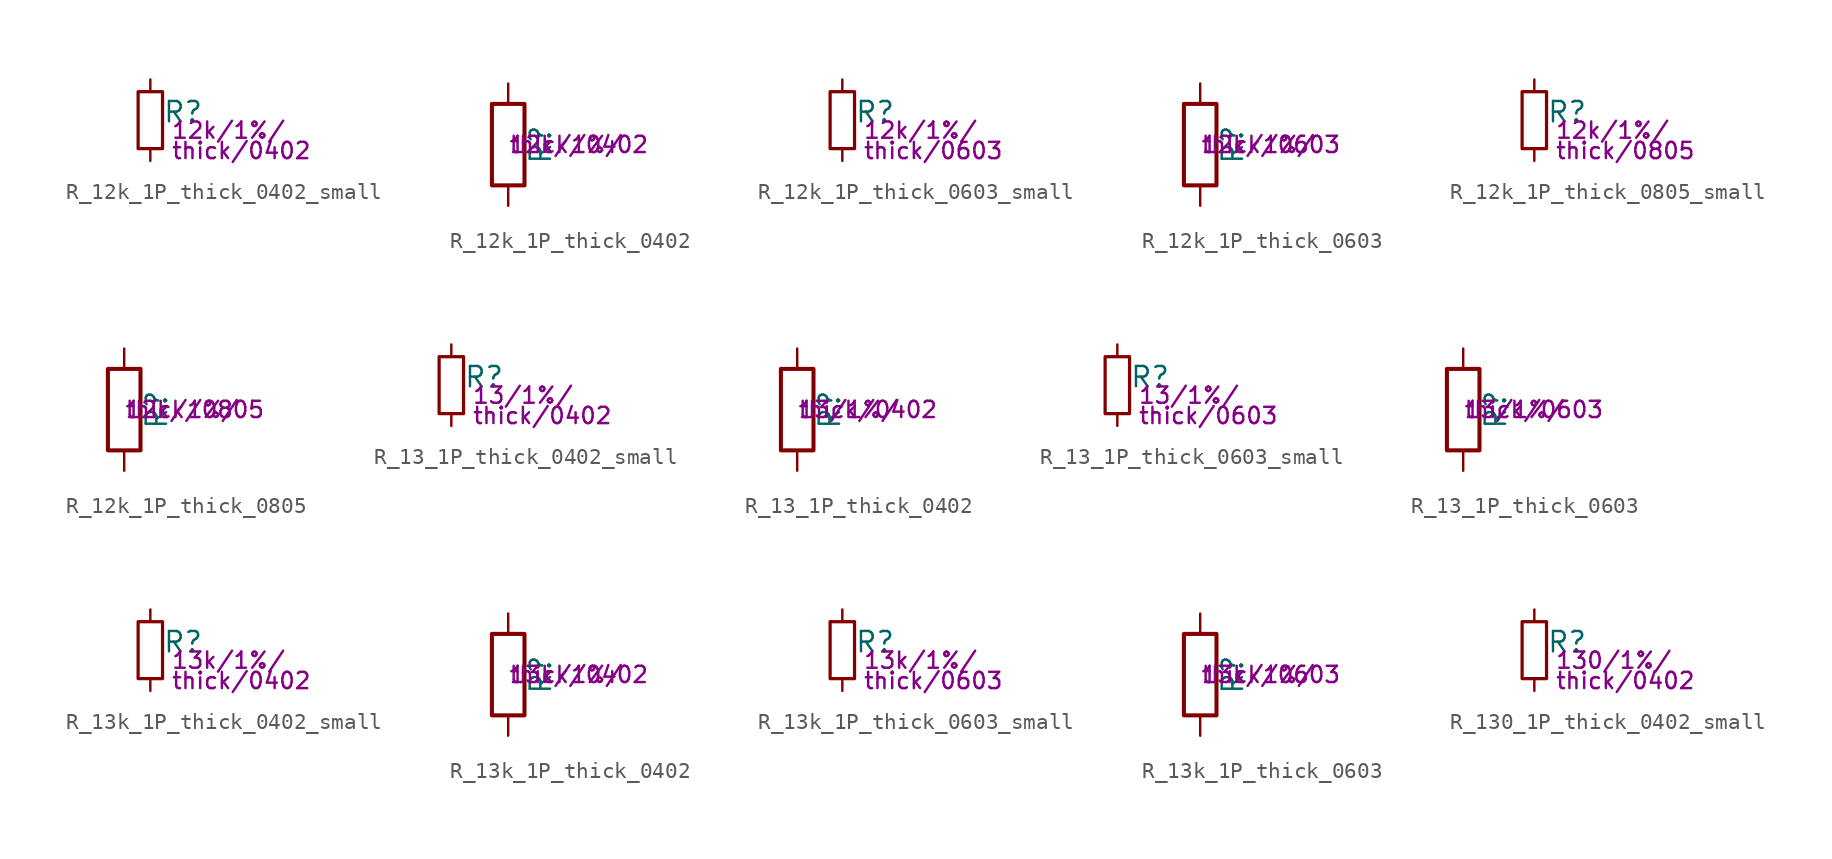
<source format=kicad_sym>
(kicad_symbol_lib
  (version 20211014)
  (generator kicad_symbol_editor)
  (symbol "R_12k_1P_thick_0402_small"
    (pin_numbers hide)
    (pin_names
      (offset 0.254) hide)
    (property "Reference" "R"
      (at 0.762 0.508 0)
      (effects (font (size 1.27 1.27)) (justify left)))
    (property "Params" "12k/1%/"
      (at 1.27 -0.635 0)
      (effects (font (size 1.016 1.016)) (justify left)))
    (property "Params2" "thick/0402"
      (at 1.27 -1.905 0)
      (effects (font (size 1.016 1.016)) (justify left)))
    (symbol "R_12k_1P_thick_0402_small_0_1"
      (rectangle (start -0.762 1.778) (end 0.762 -1.778) (stroke (width 0.203) (type default) (color 0 0 0 0)) (fill (type none))))
    (symbol "R_12k_1P_thick_0402_small_1_1"
      (pin passive line (at 0 2.54 270) (length 0.762) (name "~" (effects (font (size 1.27 1.27)))) (number "1" (effects (font (size 1.27 1.27)))))
      (pin passive line (at 0 -2.54 90) (length 0.762) (name "~" (effects (font (size 1.27 1.27)))) (number "2" (effects (font (size 1.27 1.27)))))))
  (symbol "R_12k_1P_thick_0402"
    (pin_numbers hide)
    (pin_names
      (offset 0))
    (property "Reference" "R"
      (at 2.032 0 90)
      (effects (font (size 1.27 1.27))))
    (property "Params" "12k/1%/"
      (at 0 0 0)
      (effects (font (size 1.016 1.016)) (justify left)))
    (property "Params2" "thick/0402"
      (at 0 0 0)
      (effects (font (size 1.016 1.016)) (justify left)))
    (symbol "R_12k_1P_thick_0402_0_1"
      (rectangle (start -1.016 -2.54) (end 1.016 2.54) (stroke (width 0.254) (type default) (color 0 0 0 0)) (fill (type none))))
    (symbol "R_12k_1P_thick_0402_1_1"
      (pin passive line (at 0 3.81 270) (length 1.27) (name "~" (effects (font (size 1.27 1.27)))) (number "1" (effects (font (size 1.27 1.27)))))
      (pin passive line (at 0 -3.81 90) (length 1.27) (name "~" (effects (font (size 1.27 1.27)))) (number "2" (effects (font (size 1.27 1.27)))))))
  (symbol "R_12k_1P_thick_0603_small"
    (pin_numbers hide)
    (pin_names
      (offset 0.254) hide)
    (property "Reference" "R"
      (at 0.762 0.508 0)
      (effects (font (size 1.27 1.27)) (justify left)))
    (property "Params" "12k/1%/"
      (at 1.27 -0.635 0)
      (effects (font (size 1.016 1.016)) (justify left)))
    (property "Params2" "thick/0603"
      (at 1.27 -1.905 0)
      (effects (font (size 1.016 1.016)) (justify left)))
    (symbol "R_12k_1P_thick_0603_small_0_1"
      (rectangle (start -0.762 1.778) (end 0.762 -1.778) (stroke (width 0.203) (type default) (color 0 0 0 0)) (fill (type none))))
    (symbol "R_12k_1P_thick_0603_small_1_1"
      (pin passive line (at 0 2.54 270) (length 0.762) (name "~" (effects (font (size 1.27 1.27)))) (number "1" (effects (font (size 1.27 1.27)))))
      (pin passive line (at 0 -2.54 90) (length 0.762) (name "~" (effects (font (size 1.27 1.27)))) (number "2" (effects (font (size 1.27 1.27)))))))
  (symbol "R_12k_1P_thick_0603"
    (pin_numbers hide)
    (pin_names
      (offset 0))
    (property "Reference" "R"
      (at 2.032 0 90)
      (effects (font (size 1.27 1.27))))
    (property "Params" "12k/1%/"
      (at 0 0 0)
      (effects (font (size 1.016 1.016)) (justify left)))
    (property "Params2" "thick/0603"
      (at 0 0 0)
      (effects (font (size 1.016 1.016)) (justify left)))
    (symbol "R_12k_1P_thick_0603_0_1"
      (rectangle (start -1.016 -2.54) (end 1.016 2.54) (stroke (width 0.254) (type default) (color 0 0 0 0)) (fill (type none))))
    (symbol "R_12k_1P_thick_0603_1_1"
      (pin passive line (at 0 3.81 270) (length 1.27) (name "~" (effects (font (size 1.27 1.27)))) (number "1" (effects (font (size 1.27 1.27)))))
      (pin passive line (at 0 -3.81 90) (length 1.27) (name "~" (effects (font (size 1.27 1.27)))) (number "2" (effects (font (size 1.27 1.27)))))))
  (symbol "R_12k_1P_thick_0805_small"
    (pin_numbers hide)
    (pin_names
      (offset 0.254) hide)
    (property "Reference" "R"
      (at 0.762 0.508 0)
      (effects (font (size 1.27 1.27)) (justify left)))
    (property "Params" "12k/1%/"
      (at 1.27 -0.635 0)
      (effects (font (size 1.016 1.016)) (justify left)))
    (property "Params2" "thick/0805"
      (at 1.27 -1.905 0)
      (effects (font (size 1.016 1.016)) (justify left)))
    (symbol "R_12k_1P_thick_0805_small_0_1"
      (rectangle (start -0.762 1.778) (end 0.762 -1.778) (stroke (width 0.203) (type default) (color 0 0 0 0)) (fill (type none))))
    (symbol "R_12k_1P_thick_0805_small_1_1"
      (pin passive line (at 0 2.54 270) (length 0.762) (name "~" (effects (font (size 1.27 1.27)))) (number "1" (effects (font (size 1.27 1.27)))))
      (pin passive line (at 0 -2.54 90) (length 0.762) (name "~" (effects (font (size 1.27 1.27)))) (number "2" (effects (font (size 1.27 1.27)))))))
  (symbol "R_12k_1P_thick_0805"
    (pin_numbers hide)
    (pin_names
      (offset 0))
    (property "Reference" "R"
      (at 2.032 0 90)
      (effects (font (size 1.27 1.27))))
    (property "Params" "12k/1%/"
      (at 0 0 0)
      (effects (font (size 1.016 1.016)) (justify left)))
    (property "Params2" "thick/0805"
      (at 0 0 0)
      (effects (font (size 1.016 1.016)) (justify left)))
    (symbol "R_12k_1P_thick_0805_0_1"
      (rectangle (start -1.016 -2.54) (end 1.016 2.54) (stroke (width 0.254) (type default) (color 0 0 0 0)) (fill (type none))))
    (symbol "R_12k_1P_thick_0805_1_1"
      (pin passive line (at 0 3.81 270) (length 1.27) (name "~" (effects (font (size 1.27 1.27)))) (number "1" (effects (font (size 1.27 1.27)))))
      (pin passive line (at 0 -3.81 90) (length 1.27) (name "~" (effects (font (size 1.27 1.27)))) (number "2" (effects (font (size 1.27 1.27)))))))
  (symbol "R_13_1P_thick_0402_small"
    (pin_numbers hide)
    (pin_names
      (offset 0.254) hide)
    (property "Reference" "R"
      (at 0.762 0.508 0)
      (effects (font (size 1.27 1.27)) (justify left)))
    (property "Params" "13/1%/"
      (at 1.27 -0.635 0)
      (effects (font (size 1.016 1.016)) (justify left)))
    (property "Params2" "thick/0402"
      (at 1.27 -1.905 0)
      (effects (font (size 1.016 1.016)) (justify left)))
    (symbol "R_13_1P_thick_0402_small_0_1"
      (rectangle (start -0.762 1.778) (end 0.762 -1.778) (stroke (width 0.203) (type default) (color 0 0 0 0)) (fill (type none))))
    (symbol "R_13_1P_thick_0402_small_1_1"
      (pin passive line (at 0 2.54 270) (length 0.762) (name "~" (effects (font (size 1.27 1.27)))) (number "1" (effects (font (size 1.27 1.27)))))
      (pin passive line (at 0 -2.54 90) (length 0.762) (name "~" (effects (font (size 1.27 1.27)))) (number "2" (effects (font (size 1.27 1.27)))))))
  (symbol "R_13_1P_thick_0402"
    (pin_numbers hide)
    (pin_names
      (offset 0))
    (property "Reference" "R"
      (at 2.032 0 90)
      (effects (font (size 1.27 1.27))))
    (property "Params" "13/1%/"
      (at 0 0 0)
      (effects (font (size 1.016 1.016)) (justify left)))
    (property "Params2" "thick/0402"
      (at 0 0 0)
      (effects (font (size 1.016 1.016)) (justify left)))
    (symbol "R_13_1P_thick_0402_0_1"
      (rectangle (start -1.016 -2.54) (end 1.016 2.54) (stroke (width 0.254) (type default) (color 0 0 0 0)) (fill (type none))))
    (symbol "R_13_1P_thick_0402_1_1"
      (pin passive line (at 0 3.81 270) (length 1.27) (name "~" (effects (font (size 1.27 1.27)))) (number "1" (effects (font (size 1.27 1.27)))))
      (pin passive line (at 0 -3.81 90) (length 1.27) (name "~" (effects (font (size 1.27 1.27)))) (number "2" (effects (font (size 1.27 1.27)))))))
  (symbol "R_13_1P_thick_0603_small"
    (pin_numbers hide)
    (pin_names
      (offset 0.254) hide)
    (property "Reference" "R"
      (at 0.762 0.508 0)
      (effects (font (size 1.27 1.27)) (justify left)))
    (property "Params" "13/1%/"
      (at 1.27 -0.635 0)
      (effects (font (size 1.016 1.016)) (justify left)))
    (property "Params2" "thick/0603"
      (at 1.27 -1.905 0)
      (effects (font (size 1.016 1.016)) (justify left)))
    (symbol "R_13_1P_thick_0603_small_0_1"
      (rectangle (start -0.762 1.778) (end 0.762 -1.778) (stroke (width 0.203) (type default) (color 0 0 0 0)) (fill (type none))))
    (symbol "R_13_1P_thick_0603_small_1_1"
      (pin passive line (at 0 2.54 270) (length 0.762) (name "~" (effects (font (size 1.27 1.27)))) (number "1" (effects (font (size 1.27 1.27)))))
      (pin passive line (at 0 -2.54 90) (length 0.762) (name "~" (effects (font (size 1.27 1.27)))) (number "2" (effects (font (size 1.27 1.27)))))))
  (symbol "R_13_1P_thick_0603"
    (pin_numbers hide)
    (pin_names
      (offset 0))
    (property "Reference" "R"
      (at 2.032 0 90)
      (effects (font (size 1.27 1.27))))
    (property "Params" "13/1%/"
      (at 0 0 0)
      (effects (font (size 1.016 1.016)) (justify left)))
    (property "Params2" "thick/0603"
      (at 0 0 0)
      (effects (font (size 1.016 1.016)) (justify left)))
    (symbol "R_13_1P_thick_0603_0_1"
      (rectangle (start -1.016 -2.54) (end 1.016 2.54) (stroke (width 0.254) (type default) (color 0 0 0 0)) (fill (type none))))
    (symbol "R_13_1P_thick_0603_1_1"
      (pin passive line (at 0 3.81 270) (length 1.27) (name "~" (effects (font (size 1.27 1.27)))) (number "1" (effects (font (size 1.27 1.27)))))
      (pin passive line (at 0 -3.81 90) (length 1.27) (name "~" (effects (font (size 1.27 1.27)))) (number "2" (effects (font (size 1.27 1.27)))))))
  (symbol "R_13k_1P_thick_0402_small"
    (pin_numbers hide)
    (pin_names
      (offset 0.254) hide)
    (property "Reference" "R"
      (at 0.762 0.508 0)
      (effects (font (size 1.27 1.27)) (justify left)))
    (property "Params" "13k/1%/"
      (at 1.27 -0.635 0)
      (effects (font (size 1.016 1.016)) (justify left)))
    (property "Params2" "thick/0402"
      (at 1.27 -1.905 0)
      (effects (font (size 1.016 1.016)) (justify left)))
    (symbol "R_13k_1P_thick_0402_small_0_1"
      (rectangle (start -0.762 1.778) (end 0.762 -1.778) (stroke (width 0.203) (type default) (color 0 0 0 0)) (fill (type none))))
    (symbol "R_13k_1P_thick_0402_small_1_1"
      (pin passive line (at 0 2.54 270) (length 0.762) (name "~" (effects (font (size 1.27 1.27)))) (number "1" (effects (font (size 1.27 1.27)))))
      (pin passive line (at 0 -2.54 90) (length 0.762) (name "~" (effects (font (size 1.27 1.27)))) (number "2" (effects (font (size 1.27 1.27)))))))
  (symbol "R_13k_1P_thick_0402"
    (pin_numbers hide)
    (pin_names
      (offset 0))
    (property "Reference" "R"
      (at 2.032 0 90)
      (effects (font (size 1.27 1.27))))
    (property "Params" "13k/1%/"
      (at 0 0 0)
      (effects (font (size 1.016 1.016)) (justify left)))
    (property "Params2" "thick/0402"
      (at 0 0 0)
      (effects (font (size 1.016 1.016)) (justify left)))
    (symbol "R_13k_1P_thick_0402_0_1"
      (rectangle (start -1.016 -2.54) (end 1.016 2.54) (stroke (width 0.254) (type default) (color 0 0 0 0)) (fill (type none))))
    (symbol "R_13k_1P_thick_0402_1_1"
      (pin passive line (at 0 3.81 270) (length 1.27) (name "~" (effects (font (size 1.27 1.27)))) (number "1" (effects (font (size 1.27 1.27)))))
      (pin passive line (at 0 -3.81 90) (length 1.27) (name "~" (effects (font (size 1.27 1.27)))) (number "2" (effects (font (size 1.27 1.27)))))))
  (symbol "R_13k_1P_thick_0603_small"
    (pin_numbers hide)
    (pin_names
      (offset 0.254) hide)
    (property "Reference" "R"
      (at 0.762 0.508 0)
      (effects (font (size 1.27 1.27)) (justify left)))
    (property "Params" "13k/1%/"
      (at 1.27 -0.635 0)
      (effects (font (size 1.016 1.016)) (justify left)))
    (property "Params2" "thick/0603"
      (at 1.27 -1.905 0)
      (effects (font (size 1.016 1.016)) (justify left)))
    (symbol "R_13k_1P_thick_0603_small_0_1"
      (rectangle (start -0.762 1.778) (end 0.762 -1.778) (stroke (width 0.203) (type default) (color 0 0 0 0)) (fill (type none))))
    (symbol "R_13k_1P_thick_0603_small_1_1"
      (pin passive line (at 0 2.54 270) (length 0.762) (name "~" (effects (font (size 1.27 1.27)))) (number "1" (effects (font (size 1.27 1.27)))))
      (pin passive line (at 0 -2.54 90) (length 0.762) (name "~" (effects (font (size 1.27 1.27)))) (number "2" (effects (font (size 1.27 1.27)))))))
  (symbol "R_13k_1P_thick_0603"
    (pin_numbers hide)
    (pin_names
      (offset 0))
    (property "Reference" "R"
      (at 2.032 0 90)
      (effects (font (size 1.27 1.27))))
    (property "Params" "13k/1%/"
      (at 0 0 0)
      (effects (font (size 1.016 1.016)) (justify left)))
    (property "Params2" "thick/0603"
      (at 0 0 0)
      (effects (font (size 1.016 1.016)) (justify left)))
    (symbol "R_13k_1P_thick_0603_0_1"
      (rectangle (start -1.016 -2.54) (end 1.016 2.54) (stroke (width 0.254) (type default) (color 0 0 0 0)) (fill (type none))))
    (symbol "R_13k_1P_thick_0603_1_1"
      (pin passive line (at 0 3.81 270) (length 1.27) (name "~" (effects (font (size 1.27 1.27)))) (number "1" (effects (font (size 1.27 1.27)))))
      (pin passive line (at 0 -3.81 90) (length 1.27) (name "~" (effects (font (size 1.27 1.27)))) (number "2" (effects (font (size 1.27 1.27)))))))
  (symbol "R_130_1P_thick_0402_small"
    (pin_numbers hide)
    (pin_names
      (offset 0.254) hide)
    (property "Reference" "R"
      (at 0.762 0.508 0)
      (effects (font (size 1.27 1.27)) (justify left)))
    (property "Params" "130/1%/"
      (at 1.27 -0.635 0)
      (effects (font (size 1.016 1.016)) (justify left)))
    (property "Params2" "thick/0402"
      (at 1.27 -1.905 0)
      (effects (font (size 1.016 1.016)) (justify left)))
    (symbol "R_130_1P_thick_0402_small_0_1"
      (rectangle (start -0.762 1.778) (end 0.762 -1.778) (stroke (width 0.203) (type default) (color 0 0 0 0)) (fill (type none))))
    (symbol "R_130_1P_thick_0402_small_1_1"
      (pin passive line (at 0 2.54 270) (length 0.762) (name "~" (effects (font (size 1.27 1.27)))) (number "1" (effects (font (size 1.27 1.27)))))
      (pin passive line (at 0 -2.54 90) (length 0.762) (name "~" (effects (font (size 1.27 1.27)))) (number "2" (effects (font (size 1.27 1.27))))))))
</source>
